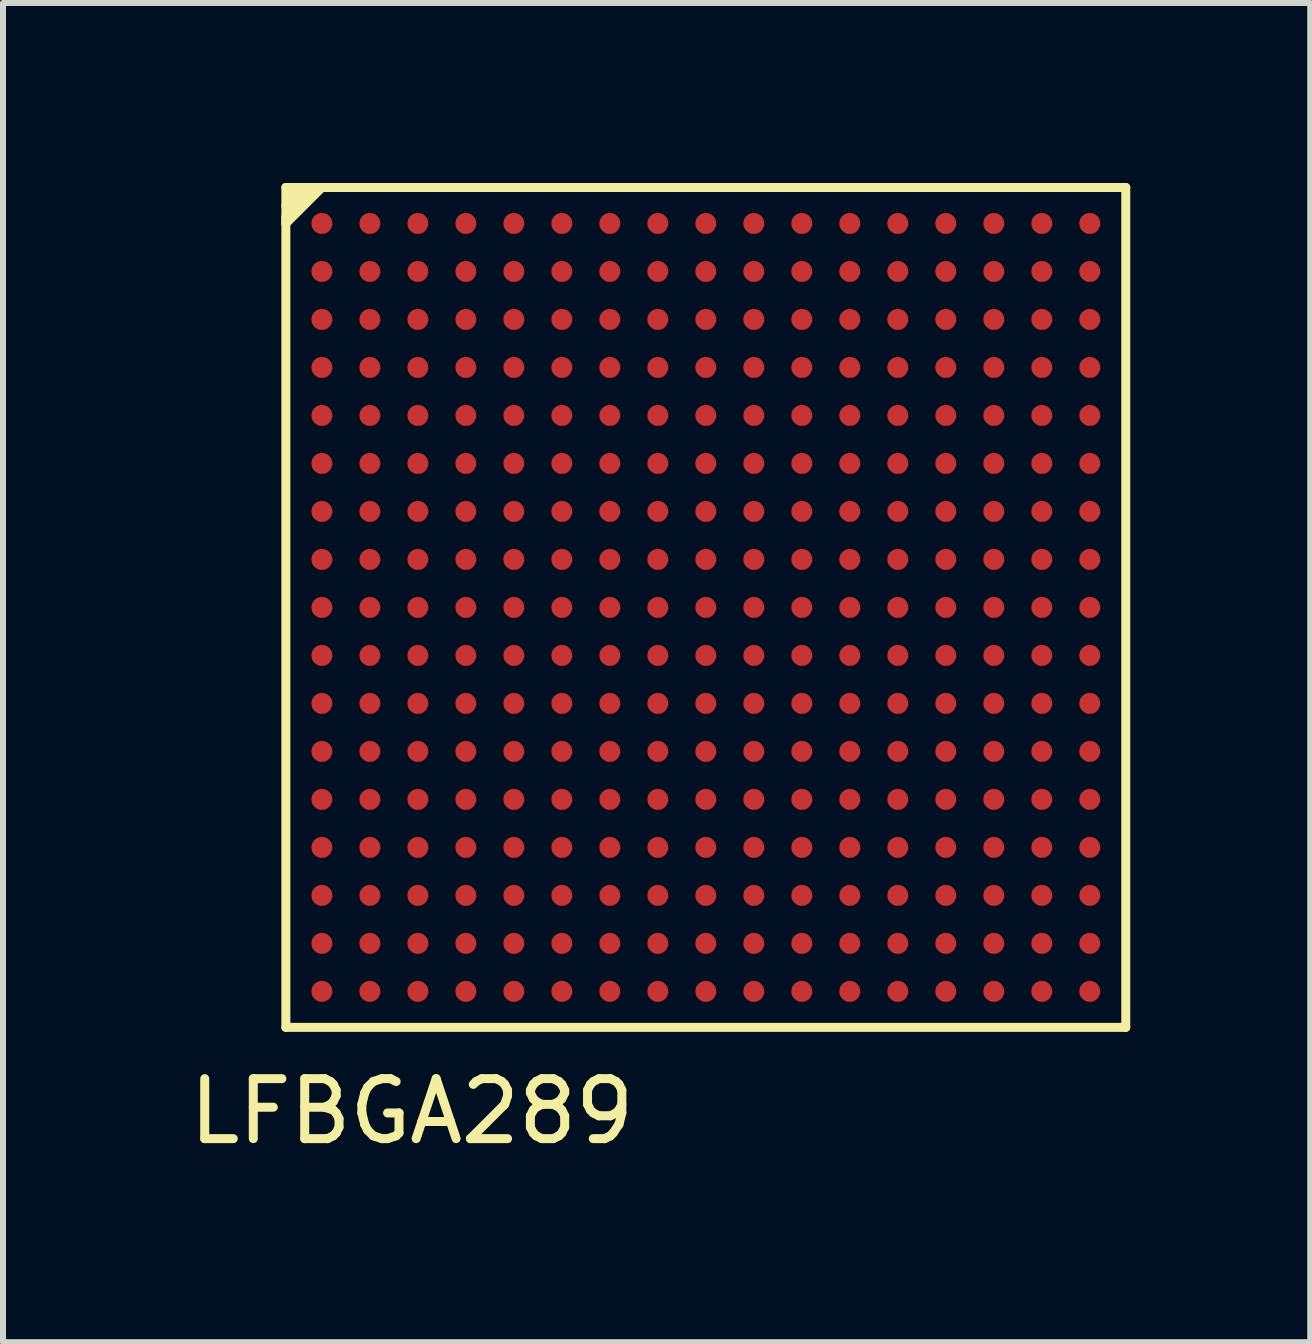
<source format=kicad_pcb>
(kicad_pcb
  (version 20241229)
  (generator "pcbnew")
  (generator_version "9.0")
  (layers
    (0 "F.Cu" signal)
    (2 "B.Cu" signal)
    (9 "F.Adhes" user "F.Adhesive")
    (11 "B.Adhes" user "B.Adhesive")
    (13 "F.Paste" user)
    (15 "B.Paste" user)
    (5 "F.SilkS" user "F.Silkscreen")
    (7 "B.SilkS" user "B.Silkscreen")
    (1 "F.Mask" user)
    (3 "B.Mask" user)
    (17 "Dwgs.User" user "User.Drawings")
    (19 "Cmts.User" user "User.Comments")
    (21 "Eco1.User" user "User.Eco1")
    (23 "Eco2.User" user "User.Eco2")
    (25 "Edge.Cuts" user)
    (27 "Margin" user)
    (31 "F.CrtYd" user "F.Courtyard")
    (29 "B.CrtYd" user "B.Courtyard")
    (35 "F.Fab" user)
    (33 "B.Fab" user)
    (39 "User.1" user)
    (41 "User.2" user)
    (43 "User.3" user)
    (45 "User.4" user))
  (footprint "LFBGA289"
    (layer "F.Cu")
    (at 8.715 7.075)
    (property "Reference" "LFBGA289" (at -4.9 8.4 0) (layer "F.SilkS") (effects (font (size 1 1) (thickness 0.15))))
    (attr smd)
    (fp_line (start -7 -7) (end -7 7) (stroke (width 0.15) (type solid)) (layer "F.SilkS"))
    (fp_line (start -7 -7) (end 7 -7) (stroke (width 0.15) (type solid)) (layer "F.SilkS"))
    (fp_line (start -7 -6.7) (end -6.7 -7) (stroke (width 0.15) (type solid)) (layer "F.SilkS"))
    (fp_line (start -7 -6.5) (end -7 -6.4) (stroke (width 0.15) (type solid)) (layer "F.SilkS"))
    (fp_line (start -7 -6.4) (end -6.4 -7) (stroke (width 0.15) (type solid)) (layer "F.SilkS"))
    (fp_line (start -7 7) (end 7 7) (stroke (width 0.15) (type solid)) (layer "F.SilkS"))
    (fp_line (start -6.7 -7) (end -6.5 -7) (stroke (width 0.15) (type solid)) (layer "F.SilkS"))
    (fp_line (start -6.5 -7) (end -7 -6.5) (stroke (width 0.15) (type solid)) (layer "F.SilkS"))
    (fp_line (start -6.4 -7) (end -6.9 -6.9) (stroke (width 0.15) (type solid)) (layer "F.SilkS"))
    (fp_line (start 7 -7) (end 7 7) (stroke (width 0.15) (type solid)) (layer "F.SilkS"))
    (pad "A1" smd circle (at -6.4 -6.4) (size 0.35 0.35) (layers "F.Cu" "F.Mask" "F.Paste"))
    (pad "A2" smd circle (at -5.6 -6.4) (size 0.35 0.35) (layers "F.Cu" "F.Mask" "F.Paste"))
    (pad "A3" smd circle (at -4.8 -6.4) (size 0.35 0.35) (layers "F.Cu" "F.Mask" "F.Paste"))
    (pad "A4" smd circle (at -4 -6.4) (size 0.35 0.35) (layers "F.Cu" "F.Mask" "F.Paste"))
    (pad "A5" smd circle (at -3.2 -6.4) (size 0.35 0.35) (layers "F.Cu" "F.Mask" "F.Paste"))
    (pad "A6" smd circle (at -2.4 -6.4) (size 0.35 0.35) (layers "F.Cu" "F.Mask" "F.Paste"))
    (pad "A7" smd circle (at -1.6 -6.4) (size 0.35 0.35) (layers "F.Cu" "F.Mask" "F.Paste"))
    (pad "A8" smd circle (at -0.8 -6.4) (size 0.35 0.35) (layers "F.Cu" "F.Mask" "F.Paste"))
    (pad "A9" smd circle (at 0 -6.4) (size 0.35 0.35) (layers "F.Cu" "F.Mask" "F.Paste"))
    (pad "A10" smd circle (at 0.8 -6.4) (size 0.35 0.35) (layers "F.Cu" "F.Mask" "F.Paste"))
    (pad "A11" smd circle (at 1.6 -6.4) (size 0.35 0.35) (layers "F.Cu" "F.Mask" "F.Paste"))
    (pad "A12" smd circle (at 2.4 -6.4) (size 0.35 0.35) (layers "F.Cu" "F.Mask" "F.Paste"))
    (pad "A13" smd circle (at 3.2 -6.4) (size 0.35 0.35) (layers "F.Cu" "F.Mask" "F.Paste"))
    (pad "A14" smd circle (at 4 -6.4) (size 0.35 0.35) (layers "F.Cu" "F.Mask" "F.Paste"))
    (pad "A15" smd circle (at 4.8 -6.4) (size 0.35 0.35) (layers "F.Cu" "F.Mask" "F.Paste"))
    (pad "A16" smd circle (at 5.6 -6.4) (size 0.35 0.35) (layers "F.Cu" "F.Mask" "F.Paste"))
    (pad "A17" smd circle (at 6.4 -6.4) (size 0.35 0.35) (layers "F.Cu" "F.Mask" "F.Paste"))
    (pad "B1" smd circle (at -6.4 -5.6) (size 0.35 0.35) (layers "F.Cu" "F.Mask" "F.Paste"))
    (pad "B2" smd circle (at -5.6 -5.6) (size 0.35 0.35) (layers "F.Cu" "F.Mask" "F.Paste"))
    (pad "B3" smd circle (at -4.8 -5.6) (size 0.35 0.35) (layers "F.Cu" "F.Mask" "F.Paste"))
    (pad "B4" smd circle (at -4 -5.6) (size 0.35 0.35) (layers "F.Cu" "F.Mask" "F.Paste"))
    (pad "B5" smd circle (at -3.2 -5.6) (size 0.35 0.35) (layers "F.Cu" "F.Mask" "F.Paste"))
    (pad "B6" smd circle (at -2.4 -5.6) (size 0.35 0.35) (layers "F.Cu" "F.Mask" "F.Paste"))
    (pad "B7" smd circle (at -1.6 -5.6) (size 0.35 0.35) (layers "F.Cu" "F.Mask" "F.Paste"))
    (pad "B8" smd circle (at -0.8 -5.6) (size 0.35 0.35) (layers "F.Cu" "F.Mask" "F.Paste"))
    (pad "B9" smd circle (at 0 -5.6) (size 0.35 0.35) (layers "F.Cu" "F.Mask" "F.Paste"))
    (pad "B10" smd circle (at 0.8 -5.6) (size 0.35 0.35) (layers "F.Cu" "F.Mask" "F.Paste"))
    (pad "B11" smd circle (at 1.6 -5.6) (size 0.35 0.35) (layers "F.Cu" "F.Mask" "F.Paste"))
    (pad "B12" smd circle (at 2.4 -5.6) (size 0.35 0.35) (layers "F.Cu" "F.Mask" "F.Paste"))
    (pad "B13" smd circle (at 3.2 -5.6) (size 0.35 0.35) (layers "F.Cu" "F.Mask" "F.Paste"))
    (pad "B14" smd circle (at 4 -5.6) (size 0.35 0.35) (layers "F.Cu" "F.Mask" "F.Paste"))
    (pad "B15" smd circle (at 4.8 -5.6) (size 0.35 0.35) (layers "F.Cu" "F.Mask" "F.Paste"))
    (pad "B16" smd circle (at 5.6 -5.6) (size 0.35 0.35) (layers "F.Cu" "F.Mask" "F.Paste"))
    (pad "B17" smd circle (at 6.4 -5.6) (size 0.35 0.35) (layers "F.Cu" "F.Mask" "F.Paste"))
    (pad "C1" smd circle (at -6.4 -4.8) (size 0.35 0.35) (layers "F.Cu" "F.Mask" "F.Paste"))
    (pad "C2" smd circle (at -5.6 -4.8) (size 0.35 0.35) (layers "F.Cu" "F.Mask" "F.Paste"))
    (pad "C3" smd circle (at -4.8 -4.8) (size 0.35 0.35) (layers "F.Cu" "F.Mask" "F.Paste"))
    (pad "C4" smd circle (at -4 -4.8) (size 0.35 0.35) (layers "F.Cu" "F.Mask" "F.Paste"))
    (pad "C5" smd circle (at -3.2 -4.8) (size 0.35 0.35) (layers "F.Cu" "F.Mask" "F.Paste"))
    (pad "C6" smd circle (at -2.4 -4.8) (size 0.35 0.35) (layers "F.Cu" "F.Mask" "F.Paste"))
    (pad "C7" smd circle (at -1.6 -4.8) (size 0.35 0.35) (layers "F.Cu" "F.Mask" "F.Paste"))
    (pad "C8" smd circle (at -0.8 -4.8) (size 0.35 0.35) (layers "F.Cu" "F.Mask" "F.Paste"))
    (pad "C9" smd circle (at 0 -4.8) (size 0.35 0.35) (layers "F.Cu" "F.Mask" "F.Paste"))
    (pad "C10" smd circle (at 0.8 -4.8) (size 0.35 0.35) (layers "F.Cu" "F.Mask" "F.Paste"))
    (pad "C11" smd circle (at 1.6 -4.8) (size 0.35 0.35) (layers "F.Cu" "F.Mask" "F.Paste"))
    (pad "C12" smd circle (at 2.4 -4.8) (size 0.35 0.35) (layers "F.Cu" "F.Mask" "F.Paste"))
    (pad "C13" smd circle (at 3.2 -4.8) (size 0.35 0.35) (layers "F.Cu" "F.Mask" "F.Paste"))
    (pad "C14" smd circle (at 4 -4.8) (size 0.35 0.35) (layers "F.Cu" "F.Mask" "F.Paste"))
    (pad "C15" smd circle (at 4.8 -4.8) (size 0.35 0.35) (layers "F.Cu" "F.Mask" "F.Paste"))
    (pad "C16" smd circle (at 5.6 -4.8) (size 0.35 0.35) (layers "F.Cu" "F.Mask" "F.Paste"))
    (pad "C17" smd circle (at 6.4 -4.8) (size 0.35 0.35) (layers "F.Cu" "F.Mask" "F.Paste"))
    (pad "D1" smd circle (at -6.4 -4) (size 0.35 0.35) (layers "F.Cu" "F.Mask" "F.Paste"))
    (pad "D2" smd circle (at -5.6 -4) (size 0.35 0.35) (layers "F.Cu" "F.Mask" "F.Paste"))
    (pad "D3" smd circle (at -4.8 -4) (size 0.35 0.35) (layers "F.Cu" "F.Mask" "F.Paste"))
    (pad "D4" smd circle (at -4 -4) (size 0.35 0.35) (layers "F.Cu" "F.Mask" "F.Paste"))
    (pad "D5" smd circle (at -3.2 -4) (size 0.35 0.35) (layers "F.Cu" "F.Mask" "F.Paste"))
    (pad "D6" smd circle (at -2.4 -4) (size 0.35 0.35) (layers "F.Cu" "F.Mask" "F.Paste"))
    (pad "D7" smd circle (at -1.6 -4) (size 0.35 0.35) (layers "F.Cu" "F.Mask" "F.Paste"))
    (pad "D8" smd circle (at -0.8 -4) (size 0.35 0.35) (layers "F.Cu" "F.Mask" "F.Paste"))
    (pad "D9" smd circle (at 0 -4) (size 0.35 0.35) (layers "F.Cu" "F.Mask" "F.Paste"))
    (pad "D10" smd circle (at 0.8 -4) (size 0.35 0.35) (layers "F.Cu" "F.Mask" "F.Paste"))
    (pad "D11" smd circle (at 1.6 -4) (size 0.35 0.35) (layers "F.Cu" "F.Mask" "F.Paste"))
    (pad "D12" smd circle (at 2.4 -4) (size 0.35 0.35) (layers "F.Cu" "F.Mask" "F.Paste"))
    (pad "D13" smd circle (at 3.2 -4) (size 0.35 0.35) (layers "F.Cu" "F.Mask" "F.Paste"))
    (pad "D14" smd circle (at 4 -4) (size 0.35 0.35) (layers "F.Cu" "F.Mask" "F.Paste"))
    (pad "D15" smd circle (at 4.8 -4) (size 0.35 0.35) (layers "F.Cu" "F.Mask" "F.Paste"))
    (pad "D16" smd circle (at 5.6 -4) (size 0.35 0.35) (layers "F.Cu" "F.Mask" "F.Paste"))
    (pad "D17" smd circle (at 6.4 -4) (size 0.35 0.35) (layers "F.Cu" "F.Mask" "F.Paste"))
    (pad "E1" smd circle (at -6.4 -3.2) (size 0.35 0.35) (layers "F.Cu" "F.Mask" "F.Paste"))
    (pad "E2" smd circle (at -5.6 -3.2) (size 0.35 0.35) (layers "F.Cu" "F.Mask" "F.Paste"))
    (pad "E3" smd circle (at -4.8 -3.2) (size 0.35 0.35) (layers "F.Cu" "F.Mask" "F.Paste"))
    (pad "E4" smd circle (at -4 -3.2) (size 0.35 0.35) (layers "F.Cu" "F.Mask" "F.Paste"))
    (pad "E5" smd circle (at -3.2 -3.2) (size 0.35 0.35) (layers "F.Cu" "F.Mask" "F.Paste"))
    (pad "E6" smd circle (at -2.4 -3.2) (size 0.35 0.35) (layers "F.Cu" "F.Mask" "F.Paste"))
    (pad "E7" smd circle (at -1.6 -3.2) (size 0.35 0.35) (layers "F.Cu" "F.Mask" "F.Paste"))
    (pad "E8" smd circle (at -0.8 -3.2) (size 0.35 0.35) (layers "F.Cu" "F.Mask" "F.Paste"))
    (pad "E9" smd circle (at 0 -3.2) (size 0.35 0.35) (layers "F.Cu" "F.Mask" "F.Paste"))
    (pad "E10" smd circle (at 0.8 -3.2) (size 0.35 0.35) (layers "F.Cu" "F.Mask" "F.Paste"))
    (pad "E11" smd circle (at 1.6 -3.2) (size 0.35 0.35) (layers "F.Cu" "F.Mask" "F.Paste"))
    (pad "E12" smd circle (at 2.4 -3.2) (size 0.35 0.35) (layers "F.Cu" "F.Mask" "F.Paste"))
    (pad "E13" smd circle (at 3.2 -3.2) (size 0.35 0.35) (layers "F.Cu" "F.Mask" "F.Paste"))
    (pad "E14" smd circle (at 4 -3.2) (size 0.35 0.35) (layers "F.Cu" "F.Mask" "F.Paste"))
    (pad "E15" smd circle (at 4.8 -3.2) (size 0.35 0.35) (layers "F.Cu" "F.Mask" "F.Paste"))
    (pad "E16" smd circle (at 5.6 -3.2) (size 0.35 0.35) (layers "F.Cu" "F.Mask" "F.Paste"))
    (pad "E17" smd circle (at 6.4 -3.2) (size 0.35 0.35) (layers "F.Cu" "F.Mask" "F.Paste"))
    (pad "F1" smd circle (at -6.4 -2.4) (size 0.35 0.35) (layers "F.Cu" "F.Mask" "F.Paste"))
    (pad "F2" smd circle (at -5.6 -2.4) (size 0.35 0.35) (layers "F.Cu" "F.Mask" "F.Paste"))
    (pad "F3" smd circle (at -4.8 -2.4) (size 0.35 0.35) (layers "F.Cu" "F.Mask" "F.Paste"))
    (pad "F4" smd circle (at -4 -2.4) (size 0.35 0.35) (layers "F.Cu" "F.Mask" "F.Paste"))
    (pad "F5" smd circle (at -3.2 -2.4) (size 0.35 0.35) (layers "F.Cu" "F.Mask" "F.Paste"))
    (pad "F6" smd circle (at -2.4 -2.4) (size 0.35 0.35) (layers "F.Cu" "F.Mask" "F.Paste"))
    (pad "F7" smd circle (at -1.6 -2.4) (size 0.35 0.35) (layers "F.Cu" "F.Mask" "F.Paste"))
    (pad "F8" smd circle (at -0.8 -2.4) (size 0.35 0.35) (layers "F.Cu" "F.Mask" "F.Paste"))
    (pad "F9" smd circle (at 0 -2.4) (size 0.35 0.35) (layers "F.Cu" "F.Mask" "F.Paste"))
    (pad "F10" smd circle (at 0.8 -2.4) (size 0.35 0.35) (layers "F.Cu" "F.Mask" "F.Paste"))
    (pad "F11" smd circle (at 1.6 -2.4) (size 0.35 0.35) (layers "F.Cu" "F.Mask" "F.Paste"))
    (pad "F12" smd circle (at 2.4 -2.4) (size 0.35 0.35) (layers "F.Cu" "F.Mask" "F.Paste"))
    (pad "F13" smd circle (at 3.2 -2.4) (size 0.35 0.35) (layers "F.Cu" "F.Mask" "F.Paste"))
    (pad "F14" smd circle (at 4 -2.4) (size 0.35 0.35) (layers "F.Cu" "F.Mask" "F.Paste"))
    (pad "F15" smd circle (at 4.8 -2.4) (size 0.35 0.35) (layers "F.Cu" "F.Mask" "F.Paste"))
    (pad "F16" smd circle (at 5.6 -2.4) (size 0.35 0.35) (layers "F.Cu" "F.Mask" "F.Paste"))
    (pad "F17" smd circle (at 6.4 -2.4) (size 0.35 0.35) (layers "F.Cu" "F.Mask" "F.Paste"))
    (pad "G1" smd circle (at -6.4 -1.6) (size 0.35 0.35) (layers "F.Cu" "F.Mask" "F.Paste"))
    (pad "G2" smd circle (at -5.6 -1.6) (size 0.35 0.35) (layers "F.Cu" "F.Mask" "F.Paste"))
    (pad "G3" smd circle (at -4.8 -1.6) (size 0.35 0.35) (layers "F.Cu" "F.Mask" "F.Paste"))
    (pad "G4" smd circle (at -4 -1.6) (size 0.35 0.35) (layers "F.Cu" "F.Mask" "F.Paste"))
    (pad "G5" smd circle (at -3.2 -1.6) (size 0.35 0.35) (layers "F.Cu" "F.Mask" "F.Paste"))
    (pad "G6" smd circle (at -2.4 -1.6) (size 0.35 0.35) (layers "F.Cu" "F.Mask" "F.Paste"))
    (pad "G7" smd circle (at -1.6 -1.6) (size 0.35 0.35) (layers "F.Cu" "F.Mask" "F.Paste"))
    (pad "G8" smd circle (at -0.8 -1.6) (size 0.35 0.35) (layers "F.Cu" "F.Mask" "F.Paste"))
    (pad "G9" smd circle (at 0 -1.6) (size 0.35 0.35) (layers "F.Cu" "F.Mask" "F.Paste"))
    (pad "G10" smd circle (at 0.8 -1.6) (size 0.35 0.35) (layers "F.Cu" "F.Mask" "F.Paste"))
    (pad "G11" smd circle (at 1.6 -1.6) (size 0.35 0.35) (layers "F.Cu" "F.Mask" "F.Paste"))
    (pad "G12" smd circle (at 2.4 -1.6) (size 0.35 0.35) (layers "F.Cu" "F.Mask" "F.Paste"))
    (pad "G13" smd circle (at 3.2 -1.6) (size 0.35 0.35) (layers "F.Cu" "F.Mask" "F.Paste"))
    (pad "G14" smd circle (at 4 -1.6) (size 0.35 0.35) (layers "F.Cu" "F.Mask" "F.Paste"))
    (pad "G15" smd circle (at 4.8 -1.6) (size 0.35 0.35) (layers "F.Cu" "F.Mask" "F.Paste"))
    (pad "G16" smd circle (at 5.6 -1.6) (size 0.35 0.35) (layers "F.Cu" "F.Mask" "F.Paste"))
    (pad "G17" smd circle (at 6.4 -1.6) (size 0.35 0.35) (layers "F.Cu" "F.Mask" "F.Paste"))
    (pad "H1" smd circle (at -6.4 -0.8) (size 0.35 0.35) (layers "F.Cu" "F.Mask" "F.Paste"))
    (pad "H2" smd circle (at -5.6 -0.8) (size 0.35 0.35) (layers "F.Cu" "F.Mask" "F.Paste"))
    (pad "H3" smd circle (at -4.8 -0.8) (size 0.35 0.35) (layers "F.Cu" "F.Mask" "F.Paste"))
    (pad "H4" smd circle (at -4 -0.8) (size 0.35 0.35) (layers "F.Cu" "F.Mask" "F.Paste"))
    (pad "H5" smd circle (at -3.2 -0.8) (size 0.35 0.35) (layers "F.Cu" "F.Mask" "F.Paste"))
    (pad "H6" smd circle (at -2.4 -0.8) (size 0.35 0.35) (layers "F.Cu" "F.Mask" "F.Paste"))
    (pad "H7" smd circle (at -1.6 -0.8) (size 0.35 0.35) (layers "F.Cu" "F.Mask" "F.Paste"))
    (pad "H8" smd circle (at -0.8 -0.8) (size 0.35 0.35) (layers "F.Cu" "F.Mask" "F.Paste"))
    (pad "H9" smd circle (at 0 -0.8) (size 0.35 0.35) (layers "F.Cu" "F.Mask" "F.Paste"))
    (pad "H10" smd circle (at 0.8 -0.8) (size 0.35 0.35) (layers "F.Cu" "F.Mask" "F.Paste"))
    (pad "H11" smd circle (at 1.6 -0.8) (size 0.35 0.35) (layers "F.Cu" "F.Mask" "F.Paste"))
    (pad "H12" smd circle (at 2.4 -0.8) (size 0.35 0.35) (layers "F.Cu" "F.Mask" "F.Paste"))
    (pad "H13" smd circle (at 3.2 -0.8) (size 0.35 0.35) (layers "F.Cu" "F.Mask" "F.Paste"))
    (pad "H14" smd circle (at 4 -0.8) (size 0.35 0.35) (layers "F.Cu" "F.Mask" "F.Paste"))
    (pad "H15" smd circle (at 4.8 -0.8) (size 0.35 0.35) (layers "F.Cu" "F.Mask" "F.Paste"))
    (pad "H16" smd circle (at 5.6 -0.8) (size 0.35 0.35) (layers "F.Cu" "F.Mask" "F.Paste"))
    (pad "H17" smd circle (at 6.4 -0.8) (size 0.35 0.35) (layers "F.Cu" "F.Mask" "F.Paste"))
    (pad "J1" smd circle (at -6.4 0) (size 0.35 0.35) (layers "F.Cu" "F.Mask" "F.Paste"))
    (pad "J2" smd circle (at -5.6 0) (size 0.35 0.35) (layers "F.Cu" "F.Mask" "F.Paste"))
    (pad "J3" smd circle (at -4.8 0) (size 0.35 0.35) (layers "F.Cu" "F.Mask" "F.Paste"))
    (pad "J4" smd circle (at -4 0) (size 0.35 0.35) (layers "F.Cu" "F.Mask" "F.Paste"))
    (pad "J5" smd circle (at -3.2 0) (size 0.35 0.35) (layers "F.Cu" "F.Mask" "F.Paste"))
    (pad "J6" smd circle (at -2.4 0) (size 0.35 0.35) (layers "F.Cu" "F.Mask" "F.Paste"))
    (pad "J7" smd circle (at -1.6 0) (size 0.35 0.35) (layers "F.Cu" "F.Mask" "F.Paste"))
    (pad "J8" smd circle (at -0.8 0) (size 0.35 0.35) (layers "F.Cu" "F.Mask" "F.Paste"))
    (pad "J9" smd circle (at 0 0) (size 0.35 0.35) (layers "F.Cu" "F.Mask" "F.Paste"))
    (pad "J10" smd circle (at 0.8 0) (size 0.35 0.35) (layers "F.Cu" "F.Mask" "F.Paste"))
    (pad "J11" smd circle (at 1.6 0) (size 0.35 0.35) (layers "F.Cu" "F.Mask" "F.Paste"))
    (pad "J12" smd circle (at 2.4 0) (size 0.35 0.35) (layers "F.Cu" "F.Mask" "F.Paste"))
    (pad "J13" smd circle (at 3.2 0) (size 0.35 0.35) (layers "F.Cu" "F.Mask" "F.Paste"))
    (pad "J14" smd circle (at 4 0) (size 0.35 0.35) (layers "F.Cu" "F.Mask" "F.Paste"))
    (pad "J15" smd circle (at 4.8 0) (size 0.35 0.35) (layers "F.Cu" "F.Mask" "F.Paste"))
    (pad "J16" smd circle (at 5.6 0) (size 0.35 0.35) (layers "F.Cu" "F.Mask" "F.Paste"))
    (pad "J17" smd circle (at 6.4 0) (size 0.35 0.35) (layers "F.Cu" "F.Mask" "F.Paste"))
    (pad "K1" smd circle (at -6.4 0.8) (size 0.35 0.35) (layers "F.Cu" "F.Mask" "F.Paste"))
    (pad "K2" smd circle (at -5.6 0.8) (size 0.35 0.35) (layers "F.Cu" "F.Mask" "F.Paste"))
    (pad "K3" smd circle (at -4.8 0.8) (size 0.35 0.35) (layers "F.Cu" "F.Mask" "F.Paste"))
    (pad "K4" smd circle (at -4 0.8) (size 0.35 0.35) (layers "F.Cu" "F.Mask" "F.Paste"))
    (pad "K5" smd circle (at -3.2 0.8) (size 0.35 0.35) (layers "F.Cu" "F.Mask" "F.Paste"))
    (pad "K6" smd circle (at -2.4 0.8) (size 0.35 0.35) (layers "F.Cu" "F.Mask" "F.Paste"))
    (pad "K7" smd circle (at -1.6 0.8) (size 0.35 0.35) (layers "F.Cu" "F.Mask" "F.Paste"))
    (pad "K8" smd circle (at -0.8 0.8) (size 0.35 0.35) (layers "F.Cu" "F.Mask" "F.Paste"))
    (pad "K9" smd circle (at 0 0.8) (size 0.35 0.35) (layers "F.Cu" "F.Mask" "F.Paste"))
    (pad "K10" smd circle (at 0.8 0.8) (size 0.35 0.35) (layers "F.Cu" "F.Mask" "F.Paste"))
    (pad "K11" smd circle (at 1.6 0.8) (size 0.35 0.35) (layers "F.Cu" "F.Mask" "F.Paste"))
    (pad "K12" smd circle (at 2.4 0.8) (size 0.35 0.35) (layers "F.Cu" "F.Mask" "F.Paste"))
    (pad "K13" smd circle (at 3.2 0.8) (size 0.35 0.35) (layers "F.Cu" "F.Mask" "F.Paste"))
    (pad "K14" smd circle (at 4 0.8) (size 0.35 0.35) (layers "F.Cu" "F.Mask" "F.Paste"))
    (pad "K15" smd circle (at 4.8 0.8) (size 0.35 0.35) (layers "F.Cu" "F.Mask" "F.Paste"))
    (pad "K16" smd circle (at 5.6 0.8) (size 0.35 0.35) (layers "F.Cu" "F.Mask" "F.Paste"))
    (pad "K17" smd circle (at 6.4 0.8) (size 0.35 0.35) (layers "F.Cu" "F.Mask" "F.Paste"))
    (pad "L1" smd circle (at -6.4 1.6) (size 0.35 0.35) (layers "F.Cu" "F.Mask" "F.Paste"))
    (pad "L2" smd circle (at -5.6 1.6) (size 0.35 0.35) (layers "F.Cu" "F.Mask" "F.Paste"))
    (pad "L3" smd circle (at -4.8 1.6) (size 0.35 0.35) (layers "F.Cu" "F.Mask" "F.Paste"))
    (pad "L4" smd circle (at -4 1.6) (size 0.35 0.35) (layers "F.Cu" "F.Mask" "F.Paste"))
    (pad "L5" smd circle (at -3.2 1.6) (size 0.35 0.35) (layers "F.Cu" "F.Mask" "F.Paste"))
    (pad "L6" smd circle (at -2.4 1.6) (size 0.35 0.35) (layers "F.Cu" "F.Mask" "F.Paste"))
    (pad "L7" smd circle (at -1.6 1.6) (size 0.35 0.35) (layers "F.Cu" "F.Mask" "F.Paste"))
    (pad "L8" smd circle (at -0.8 1.6) (size 0.35 0.35) (layers "F.Cu" "F.Mask" "F.Paste"))
    (pad "L9" smd circle (at 0 1.6) (size 0.35 0.35) (layers "F.Cu" "F.Mask" "F.Paste"))
    (pad "L10" smd circle (at 0.8 1.6) (size 0.35 0.35) (layers "F.Cu" "F.Mask" "F.Paste"))
    (pad "L11" smd circle (at 1.6 1.6) (size 0.35 0.35) (layers "F.Cu" "F.Mask" "F.Paste"))
    (pad "L12" smd circle (at 2.4 1.6) (size 0.35 0.35) (layers "F.Cu" "F.Mask" "F.Paste"))
    (pad "L13" smd circle (at 3.2 1.6) (size 0.35 0.35) (layers "F.Cu" "F.Mask" "F.Paste"))
    (pad "L14" smd circle (at 4 1.6) (size 0.35 0.35) (layers "F.Cu" "F.Mask" "F.Paste"))
    (pad "L15" smd circle (at 4.8 1.6) (size 0.35 0.35) (layers "F.Cu" "F.Mask" "F.Paste"))
    (pad "L16" smd circle (at 5.6 1.6) (size 0.35 0.35) (layers "F.Cu" "F.Mask" "F.Paste"))
    (pad "L17" smd circle (at 6.4 1.6) (size 0.35 0.35) (layers "F.Cu" "F.Mask" "F.Paste"))
    (pad "M1" smd circle (at -6.4 2.4) (size 0.35 0.35) (layers "F.Cu" "F.Mask" "F.Paste"))
    (pad "M2" smd circle (at -5.6 2.4) (size 0.35 0.35) (layers "F.Cu" "F.Mask" "F.Paste"))
    (pad "M3" smd circle (at -4.8 2.4) (size 0.35 0.35) (layers "F.Cu" "F.Mask" "F.Paste"))
    (pad "M4" smd circle (at -4 2.4) (size 0.35 0.35) (layers "F.Cu" "F.Mask" "F.Paste"))
    (pad "M5" smd circle (at -3.2 2.4) (size 0.35 0.35) (layers "F.Cu" "F.Mask" "F.Paste"))
    (pad "M6" smd circle (at -2.4 2.4) (size 0.35 0.35) (layers "F.Cu" "F.Mask" "F.Paste"))
    (pad "M7" smd circle (at -1.6 2.4) (size 0.35 0.35) (layers "F.Cu" "F.Mask" "F.Paste"))
    (pad "M8" smd circle (at -0.8 2.4) (size 0.35 0.35) (layers "F.Cu" "F.Mask" "F.Paste"))
    (pad "M9" smd circle (at 0 2.4) (size 0.35 0.35) (layers "F.Cu" "F.Mask" "F.Paste"))
    (pad "M10" smd circle (at 0.8 2.4) (size 0.35 0.35) (layers "F.Cu" "F.Mask" "F.Paste"))
    (pad "M11" smd circle (at 1.6 2.4) (size 0.35 0.35) (layers "F.Cu" "F.Mask" "F.Paste"))
    (pad "M12" smd circle (at 2.4 2.4) (size 0.35 0.35) (layers "F.Cu" "F.Mask" "F.Paste"))
    (pad "M13" smd circle (at 3.2 2.4) (size 0.35 0.35) (layers "F.Cu" "F.Mask" "F.Paste"))
    (pad "M14" smd circle (at 4 2.4) (size 0.35 0.35) (layers "F.Cu" "F.Mask" "F.Paste"))
    (pad "M15" smd circle (at 4.8 2.4) (size 0.35 0.35) (layers "F.Cu" "F.Mask" "F.Paste"))
    (pad "M16" smd circle (at 5.6 2.4) (size 0.35 0.35) (layers "F.Cu" "F.Mask" "F.Paste"))
    (pad "M17" smd circle (at 6.4 2.4) (size 0.35 0.35) (layers "F.Cu" "F.Mask" "F.Paste"))
    (pad "N1" smd circle (at -6.4 3.2) (size 0.35 0.35) (layers "F.Cu" "F.Mask" "F.Paste"))
    (pad "N2" smd circle (at -5.6 3.2) (size 0.35 0.35) (layers "F.Cu" "F.Mask" "F.Paste"))
    (pad "N3" smd circle (at -4.8 3.2) (size 0.35 0.35) (layers "F.Cu" "F.Mask" "F.Paste"))
    (pad "N4" smd circle (at -4 3.2) (size 0.35 0.35) (layers "F.Cu" "F.Mask" "F.Paste"))
    (pad "N5" smd circle (at -3.2 3.2) (size 0.35 0.35) (layers "F.Cu" "F.Mask" "F.Paste"))
    (pad "N6" smd circle (at -2.4 3.2) (size 0.35 0.35) (layers "F.Cu" "F.Mask" "F.Paste"))
    (pad "N7" smd circle (at -1.6 3.2) (size 0.35 0.35) (layers "F.Cu" "F.Mask" "F.Paste"))
    (pad "N8" smd circle (at -0.8 3.2) (size 0.35 0.35) (layers "F.Cu" "F.Mask" "F.Paste"))
    (pad "N9" smd circle (at 0 3.2) (size 0.35 0.35) (layers "F.Cu" "F.Mask" "F.Paste"))
    (pad "N10" smd circle (at 0.8 3.2) (size 0.35 0.35) (layers "F.Cu" "F.Mask" "F.Paste"))
    (pad "N11" smd circle (at 1.6 3.2) (size 0.35 0.35) (layers "F.Cu" "F.Mask" "F.Paste"))
    (pad "N12" smd circle (at 2.4 3.2) (size 0.35 0.35) (layers "F.Cu" "F.Mask" "F.Paste"))
    (pad "N13" smd circle (at 3.2 3.2) (size 0.35 0.35) (layers "F.Cu" "F.Mask" "F.Paste"))
    (pad "N14" smd circle (at 4 3.2) (size 0.35 0.35) (layers "F.Cu" "F.Mask" "F.Paste"))
    (pad "N15" smd circle (at 4.8 3.2) (size 0.35 0.35) (layers "F.Cu" "F.Mask" "F.Paste"))
    (pad "N16" smd circle (at 5.6 3.2) (size 0.35 0.35) (layers "F.Cu" "F.Mask" "F.Paste"))
    (pad "N17" smd circle (at 6.4 3.2) (size 0.35 0.35) (layers "F.Cu" "F.Mask" "F.Paste"))
    (pad "P1" smd circle (at -6.4 4) (size 0.35 0.35) (layers "F.Cu" "F.Mask" "F.Paste"))
    (pad "P2" smd circle (at -5.6 4) (size 0.35 0.35) (layers "F.Cu" "F.Mask" "F.Paste"))
    (pad "P3" smd circle (at -4.8 4) (size 0.35 0.35) (layers "F.Cu" "F.Mask" "F.Paste"))
    (pad "P4" smd circle (at -4 4) (size 0.35 0.35) (layers "F.Cu" "F.Mask" "F.Paste"))
    (pad "P5" smd circle (at -3.2 4) (size 0.35 0.35) (layers "F.Cu" "F.Mask" "F.Paste"))
    (pad "P6" smd circle (at -2.4 4) (size 0.35 0.35) (layers "F.Cu" "F.Mask" "F.Paste"))
    (pad "P7" smd circle (at -1.6 4) (size 0.35 0.35) (layers "F.Cu" "F.Mask" "F.Paste"))
    (pad "P8" smd circle (at -0.8 4) (size 0.35 0.35) (layers "F.Cu" "F.Mask" "F.Paste"))
    (pad "P9" smd circle (at 0 4) (size 0.35 0.35) (layers "F.Cu" "F.Mask" "F.Paste"))
    (pad "P10" smd circle (at 0.8 4) (size 0.35 0.35) (layers "F.Cu" "F.Mask" "F.Paste"))
    (pad "P11" smd circle (at 1.6 4) (size 0.35 0.35) (layers "F.Cu" "F.Mask" "F.Paste"))
    (pad "P12" smd circle (at 2.4 4) (size 0.35 0.35) (layers "F.Cu" "F.Mask" "F.Paste"))
    (pad "P13" smd circle (at 3.2 4) (size 0.35 0.35) (layers "F.Cu" "F.Mask" "F.Paste"))
    (pad "P14" smd circle (at 4 4) (size 0.35 0.35) (layers "F.Cu" "F.Mask" "F.Paste"))
    (pad "P15" smd circle (at 4.8 4) (size 0.35 0.35) (layers "F.Cu" "F.Mask" "F.Paste"))
    (pad "P16" smd circle (at 5.6 4) (size 0.35 0.35) (layers "F.Cu" "F.Mask" "F.Paste"))
    (pad "P17" smd circle (at 6.4 4) (size 0.35 0.35) (layers "F.Cu" "F.Mask" "F.Paste"))
    (pad "R1" smd circle (at -6.4 4.8) (size 0.35 0.35) (layers "F.Cu" "F.Mask" "F.Paste"))
    (pad "R2" smd circle (at -5.6 4.8) (size 0.35 0.35) (layers "F.Cu" "F.Mask" "F.Paste"))
    (pad "R3" smd circle (at -4.8 4.8) (size 0.35 0.35) (layers "F.Cu" "F.Mask" "F.Paste"))
    (pad "R4" smd circle (at -4 4.8) (size 0.35 0.35) (layers "F.Cu" "F.Mask" "F.Paste"))
    (pad "R5" smd circle (at -3.2 4.8) (size 0.35 0.35) (layers "F.Cu" "F.Mask" "F.Paste"))
    (pad "R6" smd circle (at -2.4 4.8) (size 0.35 0.35) (layers "F.Cu" "F.Mask" "F.Paste"))
    (pad "R7" smd circle (at -1.6 4.8) (size 0.35 0.35) (layers "F.Cu" "F.Mask" "F.Paste"))
    (pad "R8" smd circle (at -0.8 4.8) (size 0.35 0.35) (layers "F.Cu" "F.Mask" "F.Paste"))
    (pad "R9" smd circle (at 0 4.8) (size 0.35 0.35) (layers "F.Cu" "F.Mask" "F.Paste"))
    (pad "R10" smd circle (at 0.8 4.8) (size 0.35 0.35) (layers "F.Cu" "F.Mask" "F.Paste"))
    (pad "R11" smd circle (at 1.6 4.8) (size 0.35 0.35) (layers "F.Cu" "F.Mask" "F.Paste"))
    (pad "R12" smd circle (at 2.4 4.8) (size 0.35 0.35) (layers "F.Cu" "F.Mask" "F.Paste"))
    (pad "R13" smd circle (at 3.2 4.8) (size 0.35 0.35) (layers "F.Cu" "F.Mask" "F.Paste"))
    (pad "R14" smd circle (at 4 4.8) (size 0.35 0.35) (layers "F.Cu" "F.Mask" "F.Paste"))
    (pad "R15" smd circle (at 4.8 4.8) (size 0.35 0.35) (layers "F.Cu" "F.Mask" "F.Paste"))
    (pad "R16" smd circle (at 5.6 4.8) (size 0.35 0.35) (layers "F.Cu" "F.Mask" "F.Paste"))
    (pad "R17" smd circle (at 6.4 4.8) (size 0.35 0.35) (layers "F.Cu" "F.Mask" "F.Paste"))
    (pad "T1" smd circle (at -6.4 5.6) (size 0.35 0.35) (layers "F.Cu" "F.Mask" "F.Paste"))
    (pad "T2" smd circle (at -5.6 5.6) (size 0.35 0.35) (layers "F.Cu" "F.Mask" "F.Paste"))
    (pad "T3" smd circle (at -4.8 5.6) (size 0.35 0.35) (layers "F.Cu" "F.Mask" "F.Paste"))
    (pad "T4" smd circle (at -4 5.6) (size 0.35 0.35) (layers "F.Cu" "F.Mask" "F.Paste"))
    (pad "T5" smd circle (at -3.2 5.6) (size 0.35 0.35) (layers "F.Cu" "F.Mask" "F.Paste"))
    (pad "T6" smd circle (at -2.4 5.6) (size 0.35 0.35) (layers "F.Cu" "F.Mask" "F.Paste"))
    (pad "T7" smd circle (at -1.6 5.6) (size 0.35 0.35) (layers "F.Cu" "F.Mask" "F.Paste"))
    (pad "T8" smd circle (at -0.8 5.6) (size 0.35 0.35) (layers "F.Cu" "F.Mask" "F.Paste"))
    (pad "T9" smd circle (at 0 5.6) (size 0.35 0.35) (layers "F.Cu" "F.Mask" "F.Paste"))
    (pad "T10" smd circle (at 0.8 5.6) (size 0.35 0.35) (layers "F.Cu" "F.Mask" "F.Paste"))
    (pad "T11" smd circle (at 1.6 5.6) (size 0.35 0.35) (layers "F.Cu" "F.Mask" "F.Paste"))
    (pad "T12" smd circle (at 2.4 5.6) (size 0.35 0.35) (layers "F.Cu" "F.Mask" "F.Paste"))
    (pad "T13" smd circle (at 3.2 5.6) (size 0.35 0.35) (layers "F.Cu" "F.Mask" "F.Paste"))
    (pad "T14" smd circle (at 4 5.6) (size 0.35 0.35) (layers "F.Cu" "F.Mask" "F.Paste"))
    (pad "T15" smd circle (at 4.8 5.6) (size 0.35 0.35) (layers "F.Cu" "F.Mask" "F.Paste"))
    (pad "T16" smd circle (at 5.6 5.6) (size 0.35 0.35) (layers "F.Cu" "F.Mask" "F.Paste"))
    (pad "T17" smd circle (at 6.4 5.6) (size 0.35 0.35) (layers "F.Cu" "F.Mask" "F.Paste"))
    (pad "U1" smd circle (at -6.4 6.4) (size 0.35 0.35) (layers "F.Cu" "F.Mask" "F.Paste"))
    (pad "U2" smd circle (at -5.6 6.4) (size 0.35 0.35) (layers "F.Cu" "F.Mask" "F.Paste"))
    (pad "U3" smd circle (at -4.8 6.4) (size 0.35 0.35) (layers "F.Cu" "F.Mask" "F.Paste"))
    (pad "U4" smd circle (at -4 6.4) (size 0.35 0.35) (layers "F.Cu" "F.Mask" "F.Paste"))
    (pad "U5" smd circle (at -3.2 6.4) (size 0.35 0.35) (layers "F.Cu" "F.Mask" "F.Paste"))
    (pad "U6" smd circle (at -2.4 6.4) (size 0.35 0.35) (layers "F.Cu" "F.Mask" "F.Paste"))
    (pad "U7" smd circle (at -1.6 6.4) (size 0.35 0.35) (layers "F.Cu" "F.Mask" "F.Paste"))
    (pad "U8" smd circle (at -0.8 6.4) (size 0.35 0.35) (layers "F.Cu" "F.Mask" "F.Paste"))
    (pad "U9" smd circle (at 0 6.4) (size 0.35 0.35) (layers "F.Cu" "F.Mask" "F.Paste"))
    (pad "U10" smd circle (at 0.8 6.4) (size 0.35 0.35) (layers "F.Cu" "F.Mask" "F.Paste"))
    (pad "U11" smd circle (at 1.6 6.4) (size 0.35 0.35) (layers "F.Cu" "F.Mask" "F.Paste"))
    (pad "U12" smd circle (at 2.4 6.4) (size 0.35 0.35) (layers "F.Cu" "F.Mask" "F.Paste"))
    (pad "U13" smd circle (at 3.2 6.4) (size 0.35 0.35) (layers "F.Cu" "F.Mask" "F.Paste"))
    (pad "U14" smd circle (at 4 6.4) (size 0.35 0.35) (layers "F.Cu" "F.Mask" "F.Paste"))
    (pad "U15" smd circle (at 4.8 6.4) (size 0.35 0.35) (layers "F.Cu" "F.Mask" "F.Paste"))
    (pad "U16" smd circle (at 5.6 6.4) (size 0.35 0.35) (layers "F.Cu" "F.Mask" "F.Paste"))
    (pad "U17" smd circle (at 6.4 6.4) (size 0.35 0.35) (layers "F.Cu" "F.Mask" "F.Paste")))
  (gr_rect
    (start -3 -3)
    (end 18.79 19.323)
    (stroke (width 0.1) (type default))
    (fill no)
    (layer "Edge.Cuts")))
</source>
